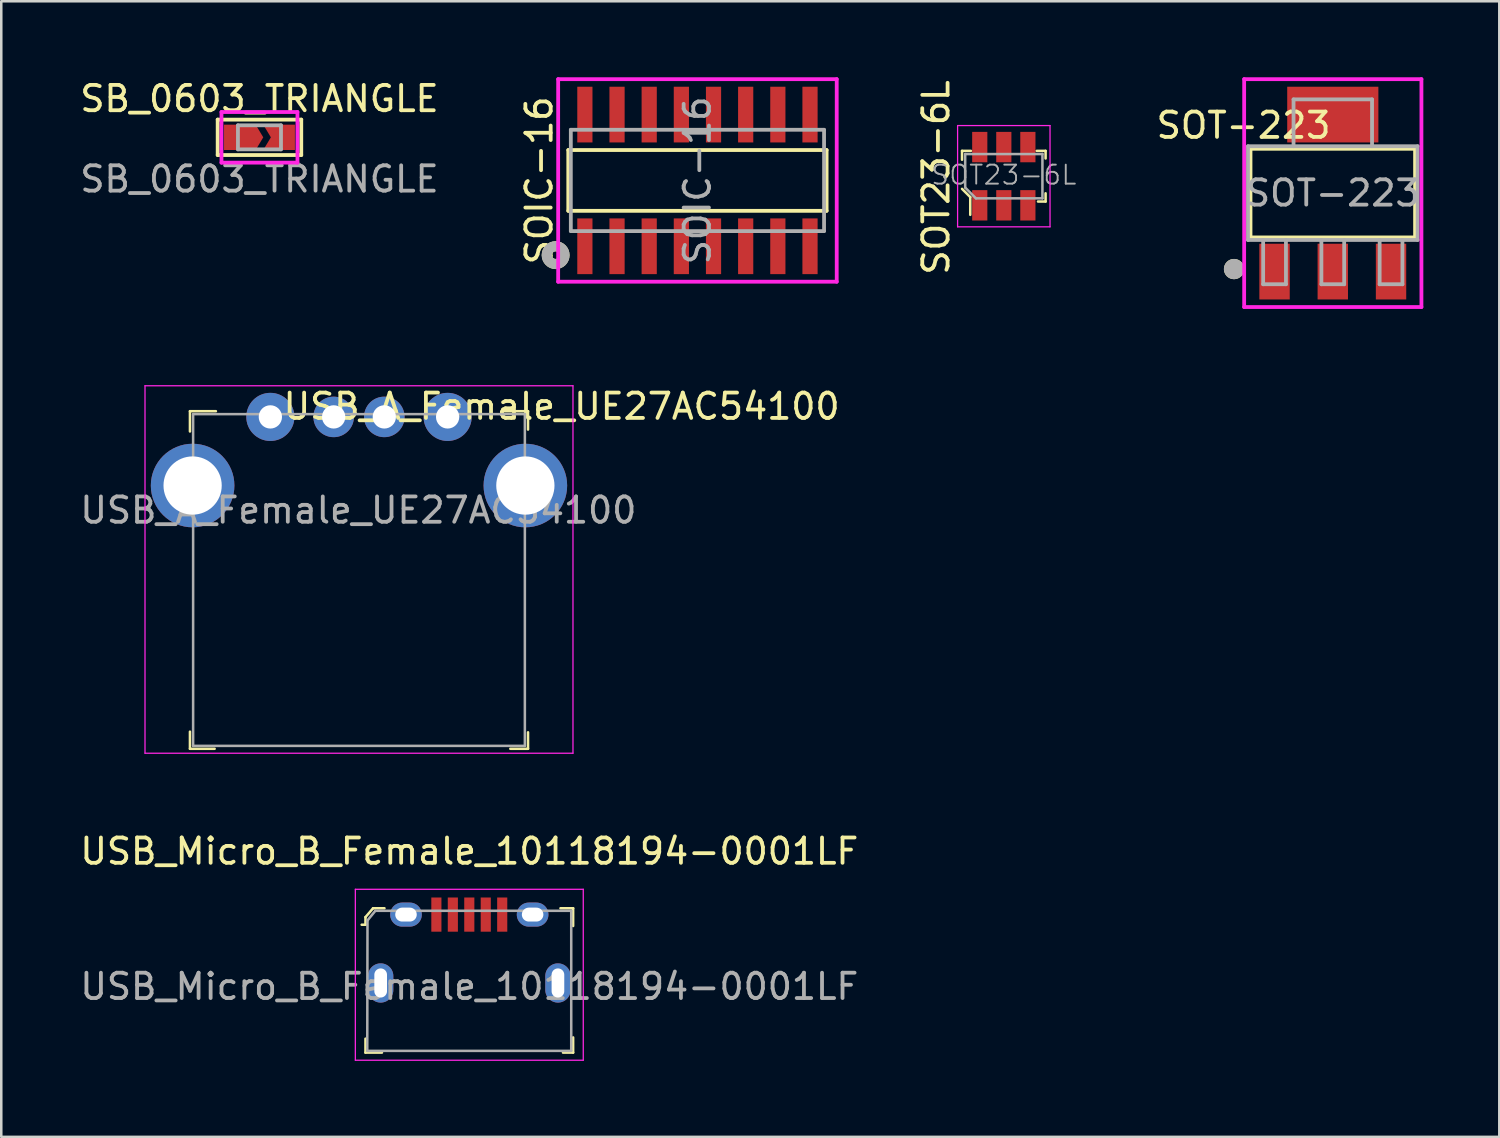
<source format=kicad_pcb>
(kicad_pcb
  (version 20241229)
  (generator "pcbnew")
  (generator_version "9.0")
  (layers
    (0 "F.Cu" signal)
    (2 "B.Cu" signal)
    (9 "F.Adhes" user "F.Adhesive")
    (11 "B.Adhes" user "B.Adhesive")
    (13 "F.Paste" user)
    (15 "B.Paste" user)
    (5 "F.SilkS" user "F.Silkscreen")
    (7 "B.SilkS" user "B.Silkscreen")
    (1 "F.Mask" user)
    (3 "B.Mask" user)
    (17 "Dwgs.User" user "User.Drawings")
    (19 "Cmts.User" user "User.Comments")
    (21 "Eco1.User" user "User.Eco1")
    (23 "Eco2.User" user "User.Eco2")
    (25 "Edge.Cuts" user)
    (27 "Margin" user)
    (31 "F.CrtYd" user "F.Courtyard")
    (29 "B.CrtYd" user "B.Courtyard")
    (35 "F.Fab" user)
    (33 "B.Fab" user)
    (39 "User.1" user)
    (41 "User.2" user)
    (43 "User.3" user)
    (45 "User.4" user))
  (footprint "SOIC-16"
    (layer "F.Cu")
    (at 24.491 4.075)
    (property "Reference" "SOIC-16" (at -6.25 0 270) (layer "F.SilkS") (effects (font (size 1 1) (thickness 0.15))))
    (attr through_hole)
    (fp_line (start -5.1 -1.2) (end 5.05 -1.2) (stroke (width 0.15) (type solid)) (layer "F.SilkS"))
    (fp_line (start -5.1 1.2) (end -5.1 -1.2) (stroke (width 0.15) (type solid)) (layer "F.SilkS"))
    (fp_line (start 5.05 -1.2) (end 5.1 -1.2) (stroke (width 0.15) (type solid)) (layer "F.SilkS"))
    (fp_line (start 5.1 -1.2) (end 5.1 1.2) (stroke (width 0.15) (type solid)) (layer "F.SilkS"))
    (fp_line (start 5.1 1.2) (end -5.1 1.2) (stroke (width 0.15) (type solid)) (layer "F.SilkS"))
    (fp_circle (center -5.6 2.95) (end -5.45 2.95) (stroke (width 0.4) (type solid)) (fill no) (layer "F.SilkS"))
    (fp_line (start -5.5 -4) (end 5.5 -4) (stroke (width 0.15) (type solid)) (layer "F.CrtYd"))
    (fp_line (start -5.5 4) (end -5.5 -4) (stroke (width 0.15) (type solid)) (layer "F.CrtYd"))
    (fp_line (start 5.5 -4) (end 5.5 4) (stroke (width 0.15) (type solid)) (layer "F.CrtYd"))
    (fp_line (start 5.5 4) (end -5.5 4) (stroke (width 0.15) (type solid)) (layer "F.CrtYd"))
    (fp_line (start -5 -2) (end 5 -2) (stroke (width 0.15) (type solid)) (layer "F.Fab"))
    (fp_line (start -5 2) (end -5 -2) (stroke (width 0.15) (type solid)) (layer "F.Fab"))
    (fp_line (start 5 -2) (end 5 2) (stroke (width 0.15) (type solid)) (layer "F.Fab"))
    (fp_line (start 5 2) (end -5 2) (stroke (width 0.15) (type solid)) (layer "F.Fab"))
    (fp_circle (center -5.6 2.95) (end -5.45 2.95) (stroke (width 0.4) (type solid)) (fill no) (layer "F.Fab"))
    (fp_text user "${REFERENCE}" (at 0 0 270) (layer "F.Fab") (effects (font (size 1 1) (thickness 0.15))))
    (pad "1" smd rect (at -4.445 2.6) (size 0.6 2.2) (layers "F.Cu" "F.Mask" "F.Paste"))
    (pad "2" smd rect (at -3.175 2.6) (size 0.6 2.2) (layers "F.Cu" "F.Mask" "F.Paste"))
    (pad "3" smd rect (at -1.905 2.6) (size 0.6 2.2) (layers "F.Cu" "F.Mask" "F.Paste"))
    (pad "4" smd rect (at -0.635 2.6) (size 0.6 2.2) (layers "F.Cu" "F.Mask" "F.Paste"))
    (pad "5" smd rect (at 0.635 2.6) (size 0.6 2.2) (layers "F.Cu" "F.Mask" "F.Paste"))
    (pad "6" smd rect (at 1.905 2.6) (size 0.6 2.2) (layers "F.Cu" "F.Mask" "F.Paste"))
    (pad "7" smd rect (at 3.175 2.6) (size 0.6 2.2) (layers "F.Cu" "F.Mask" "F.Paste"))
    (pad "8" smd rect (at 4.445 2.6) (size 0.6 2.2) (layers "F.Cu" "F.Mask" "F.Paste"))
    (pad "9" smd rect (at 4.445 -2.6) (size 0.6 2.2) (layers "F.Cu" "F.Mask" "F.Paste"))
    (pad "10" smd rect (at 3.175 -2.6) (size 0.6 2.2) (layers "F.Cu" "F.Mask" "F.Paste"))
    (pad "11" smd rect (at 1.905 -2.6) (size 0.6 2.2) (layers "F.Cu" "F.Mask" "F.Paste"))
    (pad "12" smd rect (at 0.635 -2.6) (size 0.6 2.2) (layers "F.Cu" "F.Mask" "F.Paste"))
    (pad "13" smd rect (at -0.635 -2.6) (size 0.6 2.2) (layers "F.Cu" "F.Mask" "F.Paste"))
    (pad "14" smd rect (at -1.905 -2.6) (size 0.6 2.2) (layers "F.Cu" "F.Mask" "F.Paste"))
    (pad "15" smd rect (at -3.175 -2.6) (size 0.6 2.2) (layers "F.Cu" "F.Mask" "F.Paste"))
    (pad "16" smd rect (at -4.445 -2.6) (size 0.6 2.2) (layers "F.Cu" "F.Mask" "F.Paste")))
  (footprint "SOT23-6L"
    (layer "F.Cu")
    (at 36.589 3.908)
    (property "Reference" "SOT23-6L" (at -2.675 0.05 90) (layer "F.SilkS") (effects (font (size 1 1) (thickness 0.15))))
    (attr smd)
    (fp_line (start -1.65 -1) (end -1.65 -0.65) (stroke (width 0.1) (type solid)) (layer "F.SilkS"))
    (fp_line (start -1.65 0.5) (end -1.325 0.825) (stroke (width 0.1) (type solid)) (layer "F.SilkS"))
    (fp_line (start -1.325 0.825) (end -1.325 1.525) (stroke (width 0.1) (type solid)) (layer "F.SilkS"))
    (fp_line (start -1.3 -1) (end -1.65 -1) (stroke (width 0.1) (type solid)) (layer "F.SilkS"))
    (fp_line (start 1.3 -1) (end 1.65 -1) (stroke (width 0.1) (type solid)) (layer "F.SilkS"))
    (fp_line (start 1.65 -1) (end 1.65 -0.7) (stroke (width 0.1) (type solid)) (layer "F.SilkS"))
    (fp_line (start 1.65 0.675) (end 1.65 1) (stroke (width 0.1) (type solid)) (layer "F.SilkS"))
    (fp_line (start 1.65 1) (end 1.35 1) (stroke (width 0.1) (type solid)) (layer "F.SilkS"))
    (fp_line (start -1.825 -2) (end -1.825 2) (stroke (width 0.05) (type solid)) (layer "F.CrtYd"))
    (fp_line (start -1.825 2) (end 1.825 2) (stroke (width 0.05) (type solid)) (layer "F.CrtYd"))
    (fp_line (start 1.825 -2) (end -1.825 -2) (stroke (width 0.05) (type solid)) (layer "F.CrtYd"))
    (fp_line (start 1.825 -2) (end 1.825 2) (stroke (width 0.05) (type solid)) (layer "F.CrtYd"))
    (fp_line (start -1.525 -0.875) (end 1.525 -0.875) (stroke (width 0.1) (type solid)) (layer "F.Fab"))
    (fp_line (start -1.525 0.45) (end -1.525 -0.875) (stroke (width 0.1) (type solid)) (layer "F.Fab"))
    (fp_line (start -1.525 0.45) (end -1.1 0.875) (stroke (width 0.1) (type solid)) (layer "F.Fab"))
    (fp_line (start -1.1 0.875) (end 1.525 0.875) (stroke (width 0.1) (type solid)) (layer "F.Fab"))
    (fp_line (start 1.525 -0.875) (end 1.525 0.875) (stroke (width 0.1) (type solid)) (layer "F.Fab"))
    (fp_text user "${REFERENCE}" (at 0 -0.05 0) (layer "F.Fab") (effects (font (size 0.75 0.75) (thickness 0.075))))
    (pad "1" smd rect (at -0.95 1.15) (size 0.6 1.2) (layers "F.Cu" "F.Mask" "F.Paste"))
    (pad "2" smd rect (at 0 1.15) (size 0.6 1.2) (layers "F.Cu" "F.Mask" "F.Paste"))
    (pad "3" smd rect (at 0.95 1.15) (size 0.6 1.2) (layers "F.Cu" "F.Mask" "F.Paste"))
    (pad "4" smd rect (at 0.95 -1.15) (size 0.6 1.2) (layers "F.Cu" "F.Mask" "F.Paste"))
    (pad "5" smd rect (at 0 -1.15) (size 0.6 1.2) (layers "F.Cu" "F.Mask" "F.Paste"))
    (pad "6" smd rect (at -0.95 -1.15) (size 0.6 1.2) (layers "F.Cu" "F.Mask" "F.Paste")))
  (footprint "USB_A_Female_UE27AC54100"
    (layer "F.Cu")
    (at 11.126 16.123)
    (property "Reference" "USB_A_Female_UE27AC54100" (at 8 -3.125 0) (layer "F.SilkS") (effects (font (size 1 1) (thickness 0.15))))
    (attr through_hole)
    (fp_line (start -6.675 -2.935) (end -6.675 -2.135) (stroke (width 0.1) (type solid)) (layer "F.SilkS"))
    (fp_line (start -6.675 10.395) (end -6.675 9.72) (stroke (width 0.1) (type solid)) (layer "F.SilkS"))
    (fp_line (start -5.7 10.395) (end -6.675 10.395) (stroke (width 0.1) (type solid)) (layer "F.SilkS"))
    (fp_line (start -5.65 -2.935) (end -6.675 -2.935) (stroke (width 0.1) (type solid)) (layer "F.SilkS"))
    (fp_line (start 5.725 -2.935) (end 6.675 -2.935) (stroke (width 0.1) (type solid)) (layer "F.SilkS"))
    (fp_line (start 6.675 -2.935) (end 6.675 -2.21) (stroke (width 0.1) (type solid)) (layer "F.SilkS"))
    (fp_line (start 6.675 9.745) (end 6.675 10.395) (stroke (width 0.1) (type solid)) (layer "F.SilkS"))
    (fp_line (start 6.675 10.395) (end 5.975 10.395) (stroke (width 0.1) (type solid)) (layer "F.SilkS"))
    (fp_line (start -8.45 -3.94) (end -8.45 10.57) (stroke (width 0.05) (type solid)) (layer "F.CrtYd"))
    (fp_line (start -8.45 -3.94) (end 8.45 -3.94) (stroke (width 0.05) (type solid)) (layer "F.CrtYd"))
    (fp_line (start -8.45 10.57) (end 8.45 10.57) (stroke (width 0.05) (type solid)) (layer "F.CrtYd"))
    (fp_line (start 8.45 -3.94) (end 8.45 10.57) (stroke (width 0.05) (type solid)) (layer "F.CrtYd"))
    (fp_line (start -6.55 -2.82) (end -6.55 10.28) (stroke (width 0.1) (type solid)) (layer "F.Fab"))
    (fp_line (start -6.55 -2.82) (end 6.55 -2.82) (stroke (width 0.1) (type solid)) (layer "F.Fab"))
    (fp_line (start -6.55 10.28) (end 6.55 10.28) (stroke (width 0.1) (type solid)) (layer "F.Fab"))
    (fp_line (start 6.55 -2.82) (end 6.55 10.28) (stroke (width 0.1) (type solid)) (layer "F.Fab"))
    (fp_text user "${REFERENCE}" (at -0.025 0.975 0) (layer "F.Fab") (effects (font (size 1 1) (thickness 0.15))))
    (pad "1" thru_hole circle (at -3.5 -2.71) (size 1.9 1.9) (drill 0.92) (layers "*.Cu" "*.Mask"))
    (pad "2" thru_hole circle (at -1 -2.71) (size 1.6 1.6) (drill 0.92) (layers "*.Cu" "*.Mask"))
    (pad "3" thru_hole circle (at 1 -2.71) (size 1.6 1.6) (drill 0.92) (layers "*.Cu" "*.Mask"))
    (pad "4" thru_hole circle (at 3.5 -2.71) (size 1.9 1.9) (drill 0.92) (layers "*.Cu" "*.Mask"))
    (pad "SH" thru_hole circle (at -6.57 0) (size 3.3 3.3) (drill 2.3) (layers "*.Cu" "*.Mask"))
    (pad "SH" thru_hole circle (at 6.57 0) (size 3.3 3.3) (drill 2.3) (layers "*.Cu" "*.Mask")))
  (footprint "SB_0603_TRIANGLE"
    (layer "F.Cu")
    (at 7.196 2.373)
    (property "Reference" "SB_0603_TRIANGLE" (at 0 -1.525 180) (layer "F.SilkS") (effects (font (size 1 1) (thickness 0.15))))
    (attr through_hole)
    (fp_poly (pts (xy -1.45 -0.55) (xy 1.45 -0.55) (xy 1.45 0.55) (xy -1.45 0.55)) (stroke (width 0.1) (type solid)) (fill yes) (layer "F.Mask"))
    (fp_line (start -1.65 -0.7) (end 1.65 -0.7) (stroke (width 0.15) (type solid)) (layer "F.SilkS"))
    (fp_line (start -1.65 0.7) (end -1.65 -0.7) (stroke (width 0.15) (type solid)) (layer "F.SilkS"))
    (fp_line (start 1.65 -0.7) (end 1.65 0.7) (stroke (width 0.15) (type solid)) (layer "F.SilkS"))
    (fp_line (start 1.65 0.7) (end -1.65 0.7) (stroke (width 0.15) (type solid)) (layer "F.SilkS"))
    (fp_line (start -1.5 -1) (end 1.5 -1) (stroke (width 0.15) (type solid)) (layer "F.CrtYd"))
    (fp_line (start -1.5 1) (end -1.5 -1) (stroke (width 0.15) (type solid)) (layer "F.CrtYd"))
    (fp_line (start 1.5 -1) (end 1.5 1) (stroke (width 0.15) (type solid)) (layer "F.CrtYd"))
    (fp_line (start 1.5 1) (end -1.5 1) (stroke (width 0.15) (type solid)) (layer "F.CrtYd"))
    (fp_line (start -0.85 -0.475) (end 0.85 -0.475) (stroke (width 0.15) (type solid)) (layer "F.Fab"))
    (fp_line (start -0.85 0.475) (end -0.85 -0.475) (stroke (width 0.15) (type solid)) (layer "F.Fab"))
    (fp_line (start 0.85 -0.475) (end 0.85 0.475) (stroke (width 0.15) (type solid)) (layer "F.Fab"))
    (fp_line (start 0.85 0.475) (end -0.85 0.475) (stroke (width 0.15) (type solid)) (layer "F.Fab"))
    (fp_text user "${REFERENCE}" (at 0 1.65 180) (layer "F.Fab") (effects (font (size 1 1) (thickness 0.15))))
    (pad "1" smd custom (at -0.85 0) (size 1.1 1) (layers "F.Cu" "F.Mask" "F.Paste") (options (anchor rect)) (primitives (gr_poly (pts (xy 0.55 0.5) (xy 0.7 0.5) (xy 1 0) (xy 0.7 -0.5) (xy 0.55 -0.5)) (width 0) (fill yes))))
    (pad "2" smd custom (at 0.85 0) (size 0.8 1) (layers "F.Cu" "F.Mask" "F.Paste") (options (anchor rect)) (primitives (gr_poly (pts (xy 0 0.5) (xy -0.7 0.5) (xy -0.4 0) (xy -0.7 -0.5) (xy 0 -0.5)) (width 0) (fill yes)) (gr_poly (pts (xy 0.4 0.5) (xy 0.55 0.5) (xy 0.55 -0.5) (xy 0.4 -0.5)) (width 0) (fill yes)))))
  (footprint "SOT-223"
    (layer "F.Cu")
    (at 49.58 4.575)
    (property "Reference" "SOT-223" (at -3.525 -2.675 0) (layer "F.SilkS") (effects (font (size 1 1) (thickness 0.15))))
    (attr through_hole)
    (fp_line (start -3.25 -1.75) (end 3.25 -1.75) (stroke (width 0.15) (type solid)) (layer "F.SilkS"))
    (fp_line (start -3.25 1.75) (end -3.25 -1.75) (stroke (width 0.15) (type solid)) (layer "F.SilkS"))
    (fp_line (start 3.25 -1.75) (end 3.25 1.75) (stroke (width 0.15) (type solid)) (layer "F.SilkS"))
    (fp_line (start 3.25 1.75) (end -3.25 1.75) (stroke (width 0.15) (type solid)) (layer "F.SilkS"))
    (fp_circle (center -3.9 3) (end -3.7 3) (stroke (width 0.4) (type solid)) (fill no) (layer "F.SilkS"))
    (fp_line (start -3.5 -4.5) (end 3.5 -4.5) (stroke (width 0.15) (type solid)) (layer "F.CrtYd"))
    (fp_line (start -3.5 4.5) (end -3.5 -4.5) (stroke (width 0.15) (type solid)) (layer "F.CrtYd"))
    (fp_line (start 3.5 -4.5) (end 3.5 4.5) (stroke (width 0.15) (type solid)) (layer "F.CrtYd"))
    (fp_line (start 3.5 4.5) (end -3.5 4.5) (stroke (width 0.15) (type solid)) (layer "F.CrtYd"))
    (fp_line (start -3.35 -1.85) (end 3.35 -1.85) (stroke (width 0.15) (type solid)) (layer "F.Fab"))
    (fp_line (start -3.35 1.85) (end -3.35 -1.85) (stroke (width 0.15) (type solid)) (layer "F.Fab"))
    (fp_line (start -2.75 1.85) (end -2.75 3.6) (stroke (width 0.15) (type solid)) (layer "F.Fab"))
    (fp_line (start -2.75 3.6) (end -1.85 3.6) (stroke (width 0.15) (type solid)) (layer "F.Fab"))
    (fp_line (start -1.85 3.6) (end -1.85 1.85) (stroke (width 0.15) (type solid)) (layer "F.Fab"))
    (fp_line (start -1.55 -3.7) (end 1.55 -3.7) (stroke (width 0.15) (type solid)) (layer "F.Fab"))
    (fp_line (start -1.55 -1.85) (end -1.55 -3.7) (stroke (width 0.15) (type solid)) (layer "F.Fab"))
    (fp_line (start -0.45 1.85) (end -0.45 3.6) (stroke (width 0.15) (type solid)) (layer "F.Fab"))
    (fp_line (start -0.45 3.6) (end 0.45 3.6) (stroke (width 0.15) (type solid)) (layer "F.Fab"))
    (fp_line (start 0.45 3.6) (end 0.45 1.85) (stroke (width 0.15) (type solid)) (layer "F.Fab"))
    (fp_line (start 1.55 -3.7) (end 1.55 -1.85) (stroke (width 0.15) (type solid)) (layer "F.Fab"))
    (fp_line (start 1.85 1.85) (end 1.85 3.6) (stroke (width 0.15) (type solid)) (layer "F.Fab"))
    (fp_line (start 1.85 3.6) (end 2.75 3.6) (stroke (width 0.15) (type solid)) (layer "F.Fab"))
    (fp_line (start 2.75 3.6) (end 2.75 1.85) (stroke (width 0.15) (type solid)) (layer "F.Fab"))
    (fp_line (start 3.35 -1.85) (end 3.35 1.85) (stroke (width 0.15) (type solid)) (layer "F.Fab"))
    (fp_line (start 3.35 1.85) (end -3.35 1.85) (stroke (width 0.15) (type solid)) (layer "F.Fab"))
    (fp_circle (center -3.9 3) (end -3.7 3) (stroke (width 0.4) (type solid)) (fill no) (layer "F.Fab"))
    (fp_text user "${REFERENCE}" (at 0 0 0) (layer "F.Fab") (effects (font (size 1 1) (thickness 0.15))))
    (pad "1" smd rect (at -2.3 3.1) (size 1.2 2.2) (layers "F.Cu" "F.Mask" "F.Paste"))
    (pad "2" smd rect (at 0 3.1) (size 1.2 2.2) (layers "F.Cu" "F.Mask" "F.Paste"))
    (pad "3" smd rect (at 2.3 3.1) (size 1.2 2.2) (layers "F.Cu" "F.Mask" "F.Paste"))
    (pad "4" smd rect (at 0 -3.1) (size 3.6 2.2) (layers "F.Cu" "F.Mask" "F.Paste")))
  (footprint "USB_Micro_B_Female_10118194-0001LF"
    (layer "F.Cu")
    (at 15.482 33.066)
    (property "Reference" "USB_Micro_B_Female_10118194-0001LF" (at 0 -2.5 0) (layer "F.SilkS") (effects (font (size 1 1) (thickness 0.15))))
    (attr smd)
    (fp_line (start -4.1 0.1) (end -4.1 0.4) (stroke (width 0.1) (type solid)) (layer "F.SilkS"))
    (fp_line (start -4.1 0.4) (end -4.25 0.4) (stroke (width 0.1) (type solid)) (layer "F.SilkS"))
    (fp_line (start -4.1 4.9) (end -4.1 5.45) (stroke (width 0.1) (type solid)) (layer "F.SilkS"))
    (fp_line (start -4.1 5.45) (end -3.45 5.45) (stroke (width 0.1) (type solid)) (layer "F.SilkS"))
    (fp_line (start -3.8 -0.25) (end -4.1 0.1) (stroke (width 0.1) (type solid)) (layer "F.SilkS"))
    (fp_line (start -3.35 -0.25) (end -3.8 -0.25) (stroke (width 0.1) (type solid)) (layer "F.SilkS"))
    (fp_line (start 3.6 -0.25) (end 4.1 -0.25) (stroke (width 0.1) (type solid)) (layer "F.SilkS"))
    (fp_line (start 4.1 -0.25) (end 4.1 0.45) (stroke (width 0.1) (type solid)) (layer "F.SilkS"))
    (fp_line (start 4.1 4.85) (end 4.1 5.45) (stroke (width 0.1) (type solid)) (layer "F.SilkS"))
    (fp_line (start 4.1 5.45) (end 3.7 5.45) (stroke (width 0.1) (type solid)) (layer "F.SilkS"))
    (fp_line (start -4.5 -1) (end 4.5 -1) (stroke (width 0.05) (type solid)) (layer "F.CrtYd"))
    (fp_line (start -4.5 5.75) (end -4.5 -1) (stroke (width 0.05) (type solid)) (layer "F.CrtYd"))
    (fp_line (start -4.5 5.75) (end 4.5 5.75) (stroke (width 0.05) (type solid)) (layer "F.CrtYd"))
    (fp_line (start 4.5 5.75) (end 4.5 -1) (stroke (width 0.05) (type solid)) (layer "F.CrtYd"))
    (fp_line (start -4.03 5.38) (end -4.02 0.23) (stroke (width 0.1) (type solid)) (layer "F.Fab"))
    (fp_line (start -4.025 5.38) (end 4.025 5.38) (stroke (width 0.1) (type solid)) (layer "F.Fab"))
    (fp_line (start -4.02 0.23) (end -3.71 -0.15) (stroke (width 0.1) (type solid)) (layer "F.Fab"))
    (fp_line (start 4.02 -0.15) (end -3.71 -0.15) (stroke (width 0.1) (type solid)) (layer "F.Fab"))
    (fp_line (start 4.025 5.38) (end 4.025 -0.15) (stroke (width 0.1) (type solid)) (layer "F.Fab"))
    (fp_text user "${REFERENCE}" (at 0 2.84 0) (layer "F.Fab") (effects (font (size 1 1) (thickness 0.15))))
    (pad "1" smd rect (at -1.3 0) (size 0.4 1.35) (layers "F.Cu" "F.Mask" "F.Paste"))
    (pad "2" smd rect (at -0.65 0) (size 0.4 1.35) (layers "F.Cu" "F.Mask" "F.Paste"))
    (pad "3" smd rect (at 0 0) (size 0.4 1.35) (layers "F.Cu" "F.Mask" "F.Paste"))
    (pad "4" smd rect (at 0.65 0) (size 0.4 1.35) (layers "F.Cu" "F.Mask" "F.Paste"))
    (pad "5" smd rect (at 1.3 0) (size 0.4 1.35) (layers "F.Cu" "F.Mask" "F.Paste"))
    (pad "SH" thru_hole oval (at -3.5 2.7) (size 1 1.55) (drill oval 0.5 1.15) (layers "*.Cu" "*.Mask"))
    (pad "SH" thru_hole oval (at -2.5 0) (size 1.25 0.95) (drill oval 0.85 0.55) (layers "*.Cu" "*.Mask"))
    (pad "SH" thru_hole oval (at 2.5 0) (size 1.25 0.95) (drill oval 0.85 0.55) (layers "*.Cu" "*.Mask"))
    (pad "SH" thru_hole oval (at 3.5 2.7) (size 1 1.55) (drill oval 0.5 1.15) (layers "*.Cu" "*.Mask")))
  (gr_rect
    (start -3 -3)
    (end 56.155 41.842)
    (stroke (width 0.1) (type default))
    (fill no)
    (layer "Edge.Cuts")))
</source>
